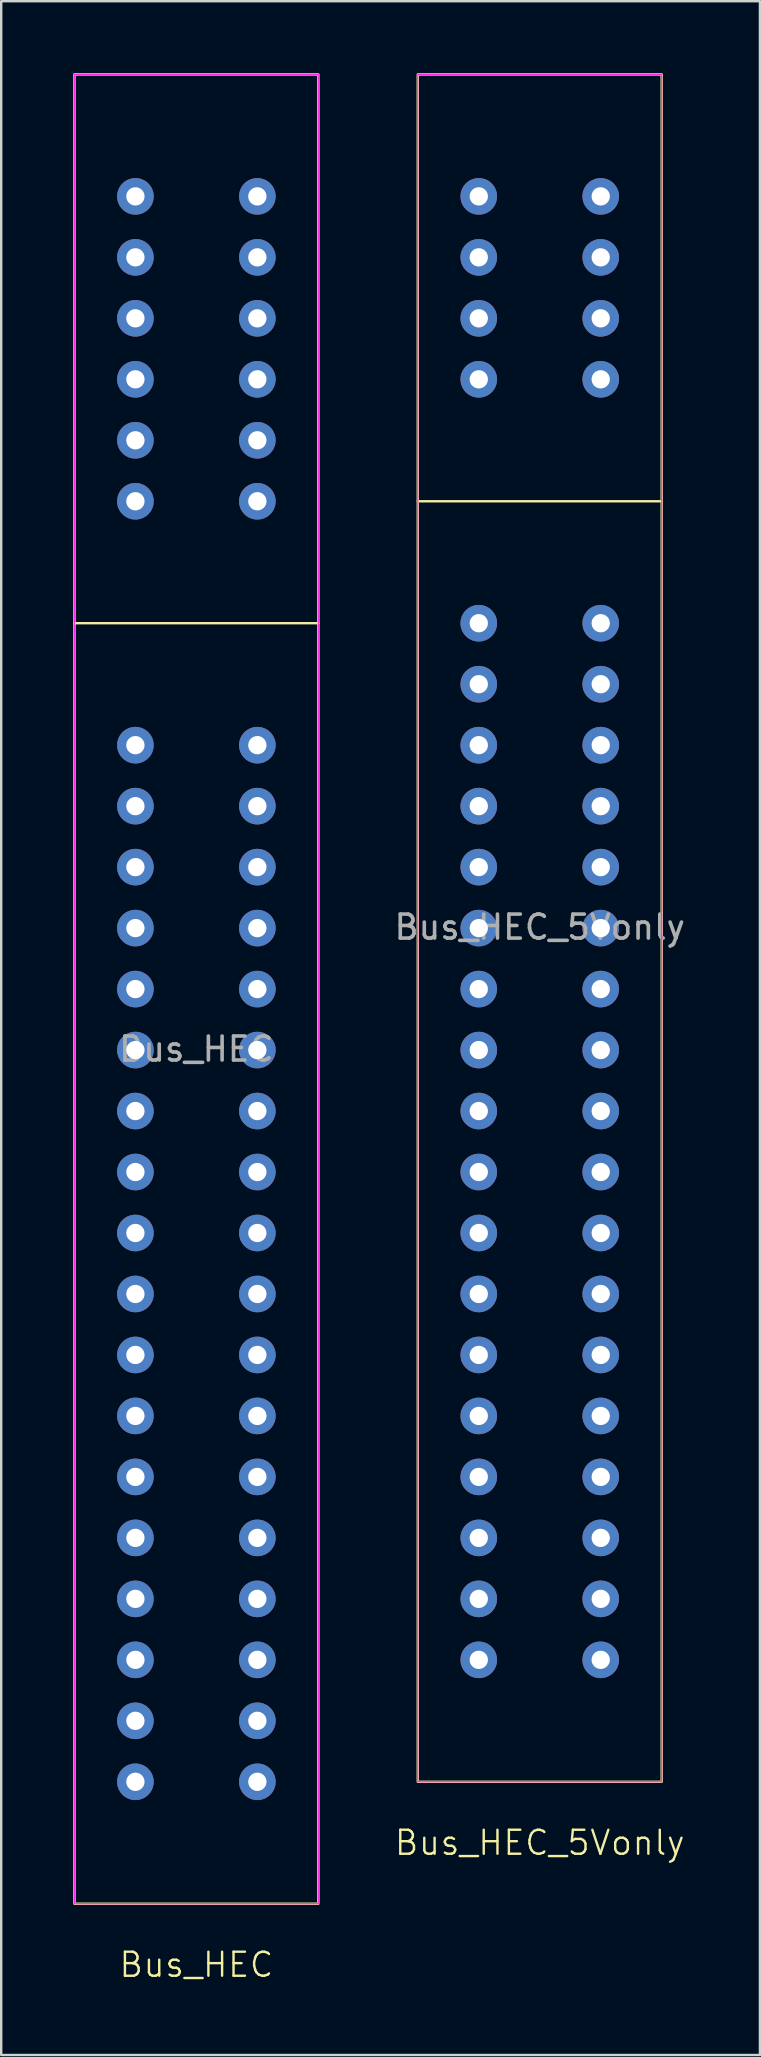
<source format=kicad_pcb>
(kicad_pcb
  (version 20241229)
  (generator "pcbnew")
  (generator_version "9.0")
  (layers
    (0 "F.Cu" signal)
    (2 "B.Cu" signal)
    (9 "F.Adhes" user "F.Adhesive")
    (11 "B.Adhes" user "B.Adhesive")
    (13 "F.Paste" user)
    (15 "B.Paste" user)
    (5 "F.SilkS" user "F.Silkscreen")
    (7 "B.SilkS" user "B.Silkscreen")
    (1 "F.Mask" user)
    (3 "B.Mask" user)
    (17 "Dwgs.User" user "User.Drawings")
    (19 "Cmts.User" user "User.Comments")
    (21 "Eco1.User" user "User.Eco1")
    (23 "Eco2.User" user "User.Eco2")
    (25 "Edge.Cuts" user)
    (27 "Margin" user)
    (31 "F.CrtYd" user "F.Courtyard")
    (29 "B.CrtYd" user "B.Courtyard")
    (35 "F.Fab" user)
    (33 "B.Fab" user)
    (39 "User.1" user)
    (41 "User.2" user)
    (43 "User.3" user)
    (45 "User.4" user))
  (footprint "Bus_HEC_5Vonly"
    (layer "F.Cu")
    (at 19.433 33.07)
    (property "Reference" "Bus_HEC_5Vonly" (at 0 40.64 0) (unlocked yes) (layer "F.SilkS") (effects (font (size 1 1) (thickness 0.1))))
    (attr through_hole)
    (fp_line (start -5.08 -15.24) (end 5.08 -15.24) (stroke (width 0.1) (type default)) (layer "F.SilkS"))
    (fp_rect (start -5.08 -33.02) (end 5.08 38.1) (stroke (width 0.1) (type default)) (fill no) (layer "F.SilkS"))
    (fp_rect (start -5.08 -33.02) (end 5.08 38.1) (stroke (width 0.05) (type default)) (fill no) (layer "F.CrtYd"))
    (fp_text user "${REFERENCE}" (at 0 2.5 0) (unlocked yes) (layer "F.Fab") (effects (font (size 1 1) (thickness 0.15))))
    (pad "1" thru_hole circle (at -2.54 -10.16) (size 1.524 1.524) (drill 0.762) (layers "*.Cu" "*.Mask"))
    (pad "2" thru_hole circle (at 2.54 -10.16) (size 1.524 1.524) (drill 0.762) (layers "*.Cu" "*.Mask"))
    (pad "3" thru_hole circle (at -2.54 -7.62) (size 1.524 1.524) (drill 0.762) (layers "*.Cu" "*.Mask"))
    (pad "4" thru_hole circle (at 2.54 -7.62) (size 1.524 1.524) (drill 0.762) (layers "*.Cu" "*.Mask"))
    (pad "5" thru_hole circle (at -2.54 -5.08) (size 1.524 1.524) (drill 0.762) (layers "*.Cu" "*.Mask"))
    (pad "6" thru_hole circle (at 2.54 -5.08) (size 1.524 1.524) (drill 0.762) (layers "*.Cu" "*.Mask"))
    (pad "7" thru_hole circle (at -2.54 -2.54) (size 1.524 1.524) (drill 0.762) (layers "*.Cu" "*.Mask"))
    (pad "8" thru_hole circle (at 2.54 -2.54) (size 1.524 1.524) (drill 0.762) (layers "*.Cu" "*.Mask"))
    (pad "9" thru_hole circle (at -2.54 0) (size 1.524 1.524) (drill 0.762) (layers "*.Cu" "*.Mask"))
    (pad "10" thru_hole circle (at 2.54 0) (size 1.524 1.524) (drill 0.762) (layers "*.Cu" "*.Mask"))
    (pad "11" thru_hole circle (at -2.54 2.54) (size 1.524 1.524) (drill 0.762) (layers "*.Cu" "*.Mask"))
    (pad "12" thru_hole circle (at 2.54 2.54) (size 1.524 1.524) (drill 0.762) (layers "*.Cu" "*.Mask"))
    (pad "13" thru_hole circle (at -2.54 5.08) (size 1.524 1.524) (drill 0.762) (layers "*.Cu" "*.Mask"))
    (pad "14" thru_hole circle (at 2.54 5.08) (size 1.524 1.524) (drill 0.762) (layers "*.Cu" "*.Mask"))
    (pad "15" thru_hole circle (at -2.54 7.62) (size 1.524 1.524) (drill 0.762) (layers "*.Cu" "*.Mask"))
    (pad "16" thru_hole circle (at 2.54 7.62) (size 1.524 1.524) (drill 0.762) (layers "*.Cu" "*.Mask"))
    (pad "17" thru_hole circle (at -2.54 10.16) (size 1.524 1.524) (drill 0.762) (layers "*.Cu" "*.Mask"))
    (pad "18" thru_hole circle (at 2.54 10.16) (size 1.524 1.524) (drill 0.762) (layers "*.Cu" "*.Mask"))
    (pad "19" thru_hole circle (at -2.54 12.7) (size 1.524 1.524) (drill 0.762) (layers "*.Cu" "*.Mask"))
    (pad "20" thru_hole circle (at 2.54 12.7) (size 1.524 1.524) (drill 0.762) (layers "*.Cu" "*.Mask"))
    (pad "21" thru_hole circle (at -2.54 15.24) (size 1.524 1.524) (drill 0.762) (layers "*.Cu" "*.Mask"))
    (pad "22" thru_hole circle (at 2.54 15.24) (size 1.524 1.524) (drill 0.762) (layers "*.Cu" "*.Mask"))
    (pad "23" thru_hole circle (at -2.54 17.78) (size 1.524 1.524) (drill 0.762) (layers "*.Cu" "*.Mask"))
    (pad "24" thru_hole circle (at 2.54 17.78) (size 1.524 1.524) (drill 0.762) (layers "*.Cu" "*.Mask"))
    (pad "25" thru_hole circle (at -2.54 20.32) (size 1.524 1.524) (drill 0.762) (layers "*.Cu" "*.Mask"))
    (pad "26" thru_hole circle (at 2.54 20.32) (size 1.524 1.524) (drill 0.762) (layers "*.Cu" "*.Mask"))
    (pad "27" thru_hole circle (at -2.54 22.86) (size 1.524 1.524) (drill 0.762) (layers "*.Cu" "*.Mask"))
    (pad "28" thru_hole circle (at 2.54 22.86) (size 1.524 1.524) (drill 0.762) (layers "*.Cu" "*.Mask"))
    (pad "29" thru_hole circle (at -2.54 25.4) (size 1.524 1.524) (drill 0.762) (layers "*.Cu" "*.Mask"))
    (pad "30" thru_hole circle (at 2.54 25.4) (size 1.524 1.524) (drill 0.762) (layers "*.Cu" "*.Mask"))
    (pad "31" thru_hole circle (at -2.54 27.94) (size 1.524 1.524) (drill 0.762) (layers "*.Cu" "*.Mask"))
    (pad "32" thru_hole circle (at 2.54 27.94) (size 1.524 1.524) (drill 0.762) (layers "*.Cu" "*.Mask"))
    (pad "33" thru_hole circle (at -2.54 30.48) (size 1.524 1.524) (drill 0.762) (layers "*.Cu" "*.Mask"))
    (pad "34" thru_hole circle (at 2.54 30.48) (size 1.524 1.524) (drill 0.762) (layers "*.Cu" "*.Mask"))
    (pad "35" thru_hole circle (at -2.54 33.02) (size 1.524 1.524) (drill 0.762) (layers "*.Cu" "*.Mask"))
    (pad "36" thru_hole circle (at 2.54 33.02) (size 1.524 1.524) (drill 0.762) (layers "*.Cu" "*.Mask"))
    (pad "P5" thru_hole circle (at -2.54 -27.94) (size 1.524 1.524) (drill 0.762) (layers "*.Cu" "*.Mask"))
    (pad "P6" thru_hole circle (at 2.54 -27.94) (size 1.524 1.524) (drill 0.762) (layers "*.Cu" "*.Mask"))
    (pad "P7" thru_hole circle (at -2.54 -25.4) (size 1.524 1.524) (drill 0.762) (layers "*.Cu" "*.Mask"))
    (pad "P8" thru_hole circle (at 2.54 -25.4) (size 1.524 1.524) (drill 0.762) (layers "*.Cu" "*.Mask"))
    (pad "P9" thru_hole circle (at -2.54 -22.86) (size 1.524 1.524) (drill 0.762) (layers "*.Cu" "*.Mask"))
    (pad "P10" thru_hole circle (at 2.54 -22.86) (size 1.524 1.524) (drill 0.762) (layers "*.Cu" "*.Mask"))
    (pad "P11" thru_hole circle (at -2.54 -20.32) (size 1.524 1.524) (drill 0.762) (layers "*.Cu" "*.Mask"))
    (pad "P12" thru_hole circle (at 2.54 -20.32) (size 1.524 1.524) (drill 0.762) (layers "*.Cu" "*.Mask")))
  (footprint "Bus_HEC"
    (layer "F.Cu")
    (at 5.13 38.15)
    (property "Reference" "Bus_HEC" (at 0 40.64 0) (unlocked yes) (layer "F.SilkS") (effects (font (size 1 1) (thickness 0.1))))
    (attr through_hole)
    (fp_line (start -5.08 -15.24) (end 5.08 -15.24) (stroke (width 0.1) (type default)) (layer "F.SilkS"))
    (fp_rect (start -5.08 -38.1) (end 5.08 38.1) (stroke (width 0.1) (type default)) (fill no) (layer "F.SilkS"))
    (fp_rect (start -5.08 -38.1) (end 5.08 38.1) (stroke (width 0.05) (type default)) (fill no) (layer "F.CrtYd"))
    (fp_text user "${REFERENCE}" (at 0 2.5 0) (unlocked yes) (layer "F.Fab") (effects (font (size 1 1) (thickness 0.15))))
    (pad "1" thru_hole circle (at -2.54 -10.16) (size 1.524 1.524) (drill 0.762) (layers "*.Cu" "*.Mask"))
    (pad "2" thru_hole circle (at 2.54 -10.16) (size 1.524 1.524) (drill 0.762) (layers "*.Cu" "*.Mask"))
    (pad "3" thru_hole circle (at -2.54 -7.62) (size 1.524 1.524) (drill 0.762) (layers "*.Cu" "*.Mask"))
    (pad "4" thru_hole circle (at 2.54 -7.62) (size 1.524 1.524) (drill 0.762) (layers "*.Cu" "*.Mask"))
    (pad "5" thru_hole circle (at -2.54 -5.08) (size 1.524 1.524) (drill 0.762) (layers "*.Cu" "*.Mask"))
    (pad "6" thru_hole circle (at 2.54 -5.08) (size 1.524 1.524) (drill 0.762) (layers "*.Cu" "*.Mask"))
    (pad "7" thru_hole circle (at -2.54 -2.54) (size 1.524 1.524) (drill 0.762) (layers "*.Cu" "*.Mask"))
    (pad "8" thru_hole circle (at 2.54 -2.54) (size 1.524 1.524) (drill 0.762) (layers "*.Cu" "*.Mask"))
    (pad "9" thru_hole circle (at -2.54 0) (size 1.524 1.524) (drill 0.762) (layers "*.Cu" "*.Mask"))
    (pad "10" thru_hole circle (at 2.54 0) (size 1.524 1.524) (drill 0.762) (layers "*.Cu" "*.Mask"))
    (pad "11" thru_hole circle (at -2.54 2.54) (size 1.524 1.524) (drill 0.762) (layers "*.Cu" "*.Mask"))
    (pad "12" thru_hole circle (at 2.54 2.54) (size 1.524 1.524) (drill 0.762) (layers "*.Cu" "*.Mask"))
    (pad "13" thru_hole circle (at -2.54 5.08) (size 1.524 1.524) (drill 0.762) (layers "*.Cu" "*.Mask"))
    (pad "14" thru_hole circle (at 2.54 5.08) (size 1.524 1.524) (drill 0.762) (layers "*.Cu" "*.Mask"))
    (pad "15" thru_hole circle (at -2.54 7.62) (size 1.524 1.524) (drill 0.762) (layers "*.Cu" "*.Mask"))
    (pad "16" thru_hole circle (at 2.54 7.62) (size 1.524 1.524) (drill 0.762) (layers "*.Cu" "*.Mask"))
    (pad "17" thru_hole circle (at -2.54 10.16) (size 1.524 1.524) (drill 0.762) (layers "*.Cu" "*.Mask"))
    (pad "18" thru_hole circle (at 2.54 10.16) (size 1.524 1.524) (drill 0.762) (layers "*.Cu" "*.Mask"))
    (pad "19" thru_hole circle (at -2.54 12.7) (size 1.524 1.524) (drill 0.762) (layers "*.Cu" "*.Mask"))
    (pad "20" thru_hole circle (at 2.54 12.7) (size 1.524 1.524) (drill 0.762) (layers "*.Cu" "*.Mask"))
    (pad "21" thru_hole circle (at -2.54 15.24) (size 1.524 1.524) (drill 0.762) (layers "*.Cu" "*.Mask"))
    (pad "22" thru_hole circle (at 2.54 15.24) (size 1.524 1.524) (drill 0.762) (layers "*.Cu" "*.Mask"))
    (pad "23" thru_hole circle (at -2.54 17.78) (size 1.524 1.524) (drill 0.762) (layers "*.Cu" "*.Mask"))
    (pad "24" thru_hole circle (at 2.54 17.78) (size 1.524 1.524) (drill 0.762) (layers "*.Cu" "*.Mask"))
    (pad "25" thru_hole circle (at -2.54 20.32) (size 1.524 1.524) (drill 0.762) (layers "*.Cu" "*.Mask"))
    (pad "26" thru_hole circle (at 2.54 20.32) (size 1.524 1.524) (drill 0.762) (layers "*.Cu" "*.Mask"))
    (pad "27" thru_hole circle (at -2.54 22.86) (size 1.524 1.524) (drill 0.762) (layers "*.Cu" "*.Mask"))
    (pad "28" thru_hole circle (at 2.54 22.86) (size 1.524 1.524) (drill 0.762) (layers "*.Cu" "*.Mask"))
    (pad "29" thru_hole circle (at -2.54 25.4) (size 1.524 1.524) (drill 0.762) (layers "*.Cu" "*.Mask"))
    (pad "30" thru_hole circle (at 2.54 25.4) (size 1.524 1.524) (drill 0.762) (layers "*.Cu" "*.Mask"))
    (pad "31" thru_hole circle (at -2.54 27.94) (size 1.524 1.524) (drill 0.762) (layers "*.Cu" "*.Mask"))
    (pad "32" thru_hole circle (at 2.54 27.94) (size 1.524 1.524) (drill 0.762) (layers "*.Cu" "*.Mask"))
    (pad "33" thru_hole circle (at -2.54 30.48) (size 1.524 1.524) (drill 0.762) (layers "*.Cu" "*.Mask"))
    (pad "34" thru_hole circle (at 2.54 30.48) (size 1.524 1.524) (drill 0.762) (layers "*.Cu" "*.Mask"))
    (pad "35" thru_hole circle (at -2.54 33.02) (size 1.524 1.524) (drill 0.762) (layers "*.Cu" "*.Mask"))
    (pad "36" thru_hole circle (at 2.54 33.02) (size 1.524 1.524) (drill 0.762) (layers "*.Cu" "*.Mask"))
    (pad "P1" thru_hole circle (at -2.54 -33.02) (size 1.524 1.524) (drill 0.762) (layers "*.Cu" "*.Mask"))
    (pad "P2" thru_hole circle (at 2.54 -33.02) (size 1.524 1.524) (drill 0.762) (layers "*.Cu" "*.Mask"))
    (pad "P3" thru_hole circle (at -2.54 -30.48) (size 1.524 1.524) (drill 0.762) (layers "*.Cu" "*.Mask"))
    (pad "P4" thru_hole circle (at 2.54 -30.48) (size 1.524 1.524) (drill 0.762) (layers "*.Cu" "*.Mask"))
    (pad "P5" thru_hole circle (at -2.54 -27.94) (size 1.524 1.524) (drill 0.762) (layers "*.Cu" "*.Mask"))
    (pad "P6" thru_hole circle (at 2.54 -27.94) (size 1.524 1.524) (drill 0.762) (layers "*.Cu" "*.Mask"))
    (pad "P7" thru_hole circle (at -2.54 -25.4) (size 1.524 1.524) (drill 0.762) (layers "*.Cu" "*.Mask"))
    (pad "P8" thru_hole circle (at 2.54 -25.4) (size 1.524 1.524) (drill 0.762) (layers "*.Cu" "*.Mask"))
    (pad "P9" thru_hole circle (at -2.54 -22.86) (size 1.524 1.524) (drill 0.762) (layers "*.Cu" "*.Mask"))
    (pad "P10" thru_hole circle (at 2.54 -22.86) (size 1.524 1.524) (drill 0.762) (layers "*.Cu" "*.Mask"))
    (pad "P11" thru_hole circle (at -2.54 -20.32) (size 1.524 1.524) (drill 0.762) (layers "*.Cu" "*.Mask"))
    (pad "P12" thru_hole circle (at 2.54 -20.32) (size 1.524 1.524) (drill 0.762) (layers "*.Cu" "*.Mask")))
  (gr_rect
    (start -3 -3)
    (end 28.605 82.55)
    (stroke (width 0.1) (type default))
    (fill no)
    (layer "Edge.Cuts")))
</source>
